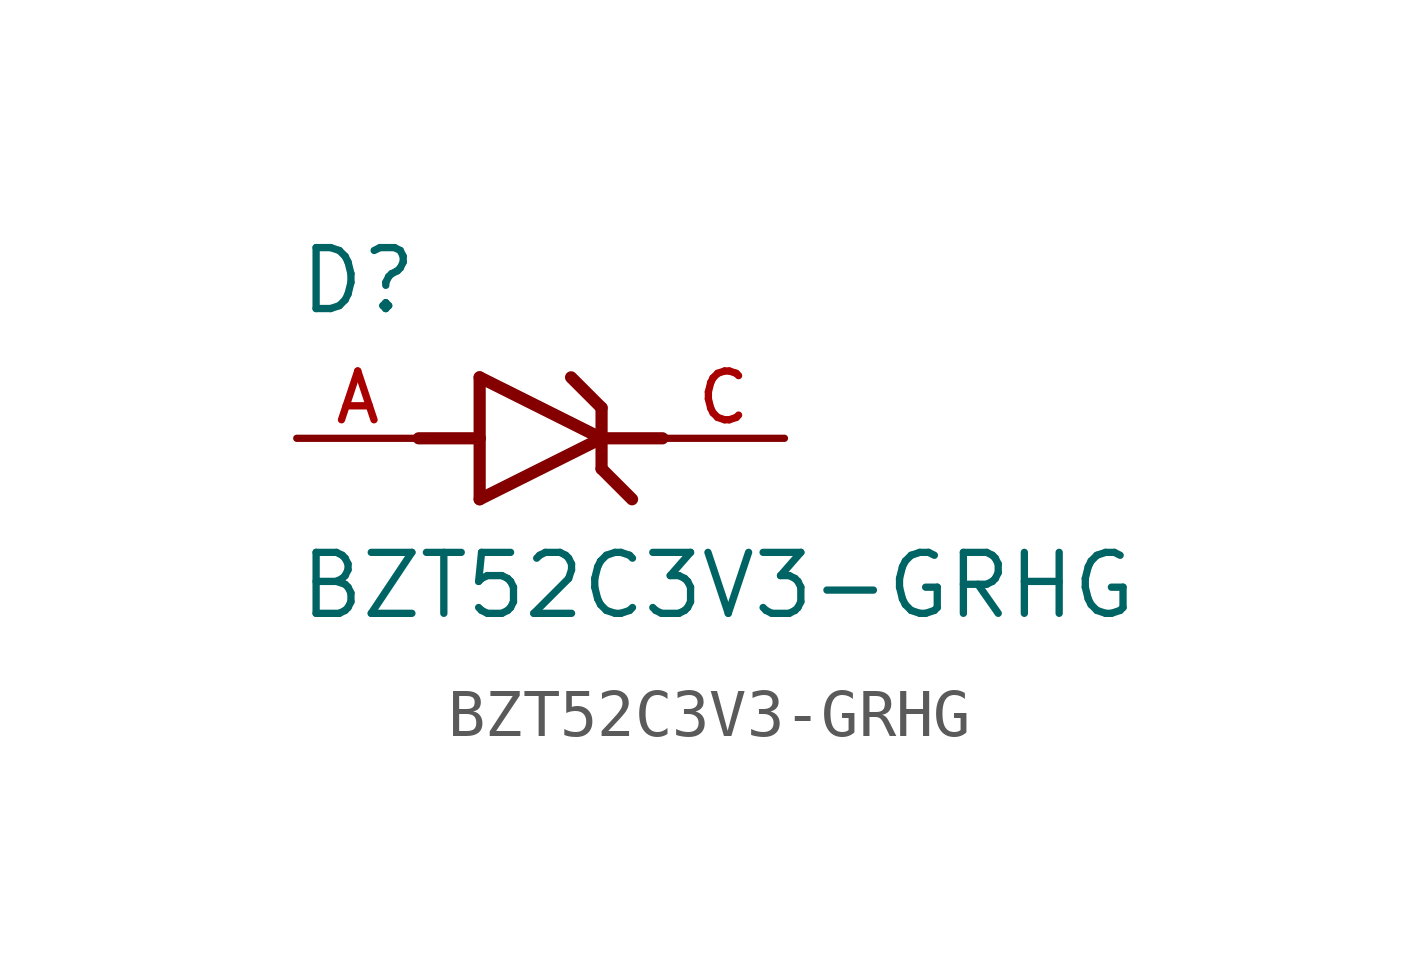
<source format=kicad_sym>
(kicad_symbol_lib
  (version 20211014)
  (generator kicad_symbol_editor)
  (symbol "BZT52C3V3-GRHG"
    (pin_names
      (offset 1.016))
    (property "Reference" "D"
      (at -5.08 2.54 0)
      (effects (font (size 1.27 1.27)) (justify bottom left)))
    (property "Value" "BZT52C3V3-GRHG"
      (at -5.08 -3.81 0)
      (effects (font (size 1.27 1.27)) (justify bottom left)))
    (symbol "BZT52C3V3-GRHG_0_0"
      (polyline (pts (xy -1.27 -1.27) (xy 1.27 0.0)) (stroke (width 0.254)))
      (polyline (pts (xy 1.27 0.0) (xy -1.27 1.27)) (stroke (width 0.254)))
      (polyline (pts (xy 1.27 0.635) (xy 1.27 0.0)) (stroke (width 0.254)))
      (polyline (pts (xy -1.27 1.27) (xy -1.27 0.0)) (stroke (width 0.254)))
      (polyline (pts (xy -1.27 0.0) (xy -1.27 -1.27)) (stroke (width 0.254)))
      (polyline (pts (xy 1.27 0.0) (xy 1.27 -0.635)) (stroke (width 0.254)))
      (polyline (pts (xy -2.54 0.0) (xy -1.27 0.0)) (stroke (width 0.254)))
      (polyline (pts (xy 2.54 0.0) (xy 1.27 0.0)) (stroke (width 0.254)))
      (polyline (pts (xy 0.635 1.27) (xy 1.27 0.635)) (stroke (width 0.254)))
      (polyline (pts (xy 1.27 -0.635) (xy 1.905 -1.27)) (stroke (width 0.254)))
      (pin passive line (at 5.08 0.0 180.0) (length 2.54) (name "~" (effects (font (size 1.016 1.016)))) (number "C" (effects (font (size 1.016 1.016)))))
      (pin passive line (at -5.08 0.0 0) (length 2.54) (name "~" (effects (font (size 1.016 1.016)))) (number "A" (effects (font (size 1.016 1.016))))))))
</source>
